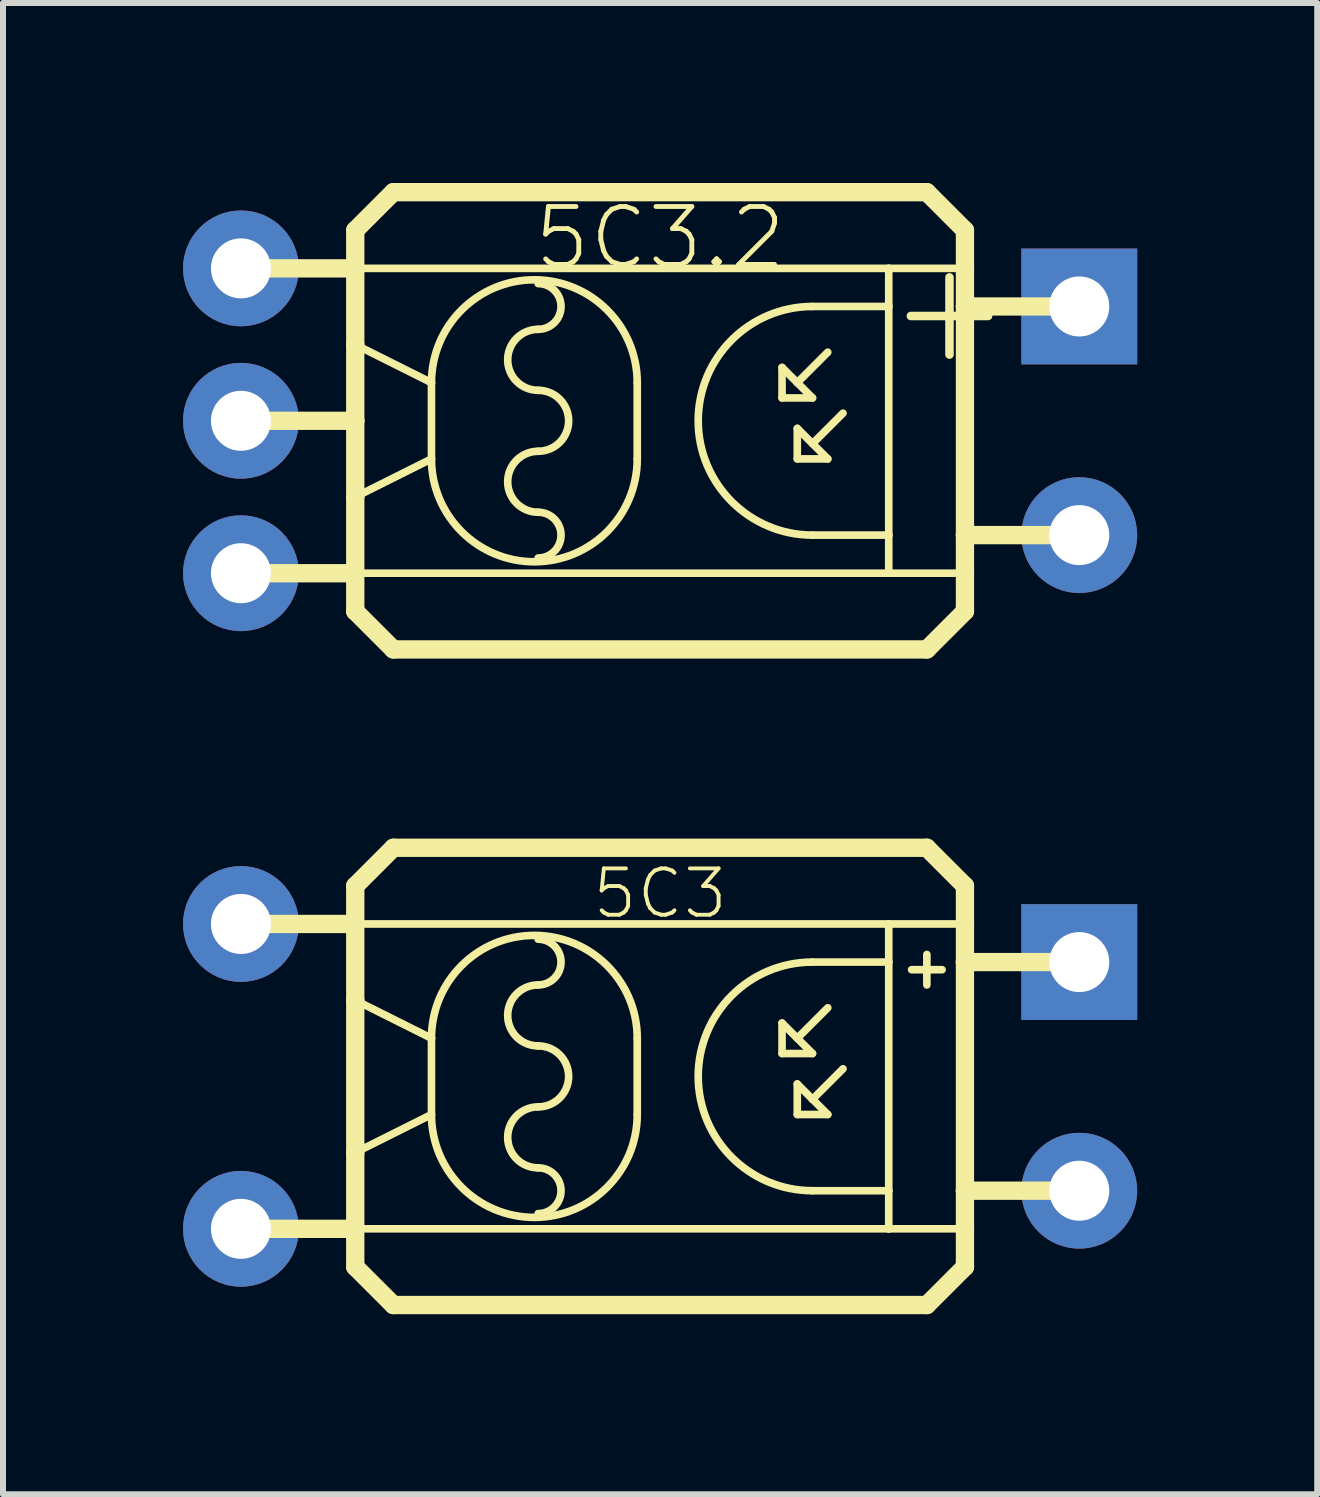
<source format=kicad_pcb>
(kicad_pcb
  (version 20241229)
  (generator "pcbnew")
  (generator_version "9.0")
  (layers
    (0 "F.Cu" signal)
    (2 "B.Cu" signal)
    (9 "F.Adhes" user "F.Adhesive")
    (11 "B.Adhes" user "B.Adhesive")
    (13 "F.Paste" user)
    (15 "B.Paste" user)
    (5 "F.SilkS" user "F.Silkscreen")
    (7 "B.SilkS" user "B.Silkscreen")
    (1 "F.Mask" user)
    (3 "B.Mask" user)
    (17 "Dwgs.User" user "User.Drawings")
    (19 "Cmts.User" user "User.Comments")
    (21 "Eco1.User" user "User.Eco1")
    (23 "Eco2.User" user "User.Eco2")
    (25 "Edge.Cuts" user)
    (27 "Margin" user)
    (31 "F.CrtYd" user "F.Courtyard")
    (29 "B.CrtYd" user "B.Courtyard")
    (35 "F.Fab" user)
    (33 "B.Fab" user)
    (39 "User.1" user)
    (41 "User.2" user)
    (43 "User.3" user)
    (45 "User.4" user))
  (footprint "5C3"
    (layer "F.Cu")
    (at 7.95 14.887)
    (property "Reference" "5C3" (at 0 -3.048 0) (layer "F.SilkS") (effects (font (size 0.772 0.772) (thickness 0.065))))
    (attr through_hole)
    (fp_line (start -6.985 -2.54) (end -5.08 -2.54) (stroke (width 0.305) (type solid)) (layer "F.SilkS"))
    (fp_line (start -6.985 2.54) (end -5.08 2.54) (stroke (width 0.305) (type solid)) (layer "F.SilkS"))
    (fp_line (start -5.08 -3.175) (end -4.445 -3.81) (stroke (width 0.305) (type solid)) (layer "F.SilkS"))
    (fp_line (start -5.08 -2.54) (end -5.08 -3.175) (stroke (width 0.305) (type solid)) (layer "F.SilkS"))
    (fp_line (start -5.08 -2.54) (end 3.81 -2.54) (stroke (width 0.127) (type solid)) (layer "F.SilkS"))
    (fp_line (start -5.08 -1.27) (end -5.08 -2.54) (stroke (width 0.305) (type solid)) (layer "F.SilkS"))
    (fp_line (start -5.08 -1.27) (end -3.81 -0.635) (stroke (width 0.127) (type solid)) (layer "F.SilkS"))
    (fp_line (start -5.08 1.27) (end -5.08 -1.27) (stroke (width 0.305) (type solid)) (layer "F.SilkS"))
    (fp_line (start -5.08 1.27) (end -3.81 0.635) (stroke (width 0.127) (type solid)) (layer "F.SilkS"))
    (fp_line (start -5.08 2.54) (end -5.08 1.27) (stroke (width 0.305) (type solid)) (layer "F.SilkS"))
    (fp_line (start -5.08 2.54) (end 3.81 2.54) (stroke (width 0.127) (type solid)) (layer "F.SilkS"))
    (fp_line (start -5.08 3.175) (end -5.08 2.54) (stroke (width 0.305) (type solid)) (layer "F.SilkS"))
    (fp_line (start -4.445 -3.81) (end 4.445 -3.81) (stroke (width 0.305) (type solid)) (layer "F.SilkS"))
    (fp_line (start -4.445 3.81) (end -5.08 3.175) (stroke (width 0.305) (type solid)) (layer "F.SilkS"))
    (fp_line (start -3.81 -0.635) (end -3.81 0.635) (stroke (width 0.127) (type solid)) (layer "F.SilkS"))
    (fp_line (start -0.381 -0.635) (end -0.381 0.635) (stroke (width 0.127) (type solid)) (layer "F.SilkS"))
    (fp_line (start 2.032 -0.889) (end 2.032 -0.381) (stroke (width 0.127) (type solid)) (layer "F.SilkS"))
    (fp_line (start 2.032 -0.381) (end 2.54 -0.381) (stroke (width 0.127) (type solid)) (layer "F.SilkS"))
    (fp_line (start 2.286 -0.635) (end 2.032 -0.889) (stroke (width 0.127) (type solid)) (layer "F.SilkS"))
    (fp_line (start 2.286 0.127) (end 2.286 0.635) (stroke (width 0.127) (type solid)) (layer "F.SilkS"))
    (fp_line (start 2.286 0.635) (end 2.794 0.635) (stroke (width 0.127) (type solid)) (layer "F.SilkS"))
    (fp_line (start 2.54 -1.905) (end 3.81 -1.905) (stroke (width 0.127) (type solid)) (layer "F.SilkS"))
    (fp_line (start 2.54 -0.381) (end 2.286 -0.635) (stroke (width 0.127) (type solid)) (layer "F.SilkS"))
    (fp_line (start 2.54 0.381) (end 2.286 0.127) (stroke (width 0.127) (type solid)) (layer "F.SilkS"))
    (fp_line (start 2.54 1.905) (end 3.81 1.905) (stroke (width 0.127) (type solid)) (layer "F.SilkS"))
    (fp_line (start 2.794 -1.143) (end 2.286 -0.635) (stroke (width 0.127) (type solid)) (layer "F.SilkS"))
    (fp_line (start 2.794 0.635) (end 2.54 0.381) (stroke (width 0.127) (type solid)) (layer "F.SilkS"))
    (fp_line (start 3.048 -0.127) (end 2.54 0.381) (stroke (width 0.127) (type solid)) (layer "F.SilkS"))
    (fp_line (start 3.81 -2.54) (end 5.08 -2.54) (stroke (width 0.127) (type solid)) (layer "F.SilkS"))
    (fp_line (start 3.81 -1.905) (end 3.81 -2.54) (stroke (width 0.127) (type solid)) (layer "F.SilkS"))
    (fp_line (start 3.81 -1.905) (end 3.81 1.905) (stroke (width 0.127) (type solid)) (layer "F.SilkS"))
    (fp_line (start 3.81 1.905) (end 3.81 2.54) (stroke (width 0.127) (type solid)) (layer "F.SilkS"))
    (fp_line (start 3.81 2.54) (end 5.08 2.54) (stroke (width 0.127) (type solid)) (layer "F.SilkS"))
    (fp_line (start 4.191 -1.778) (end 4.699 -1.778) (stroke (width 0.127) (type solid)) (layer "F.SilkS"))
    (fp_line (start 4.445 -3.81) (end 5.08 -3.175) (stroke (width 0.305) (type solid)) (layer "F.SilkS"))
    (fp_line (start 4.445 -2.032) (end 4.445 -1.524) (stroke (width 0.127) (type solid)) (layer "F.SilkS"))
    (fp_line (start 4.445 3.81) (end -4.445 3.81) (stroke (width 0.305) (type solid)) (layer "F.SilkS"))
    (fp_line (start 5.08 -3.175) (end 5.08 -2.54) (stroke (width 0.305) (type solid)) (layer "F.SilkS"))
    (fp_line (start 5.08 -2.54) (end 5.08 -1.905) (stroke (width 0.305) (type solid)) (layer "F.SilkS"))
    (fp_line (start 5.08 -1.905) (end 5.08 1.905) (stroke (width 0.305) (type solid)) (layer "F.SilkS"))
    (fp_line (start 5.08 1.905) (end 5.08 2.54) (stroke (width 0.305) (type solid)) (layer "F.SilkS"))
    (fp_line (start 5.08 2.54) (end 5.08 3.175) (stroke (width 0.305) (type solid)) (layer "F.SilkS"))
    (fp_line (start 5.08 3.175) (end 4.445 3.81) (stroke (width 0.305) (type solid)) (layer "F.SilkS"))
    (fp_line (start 6.985 -1.905) (end 5.08 -1.905) (stroke (width 0.305) (type solid)) (layer "F.SilkS"))
    (fp_line (start 6.985 1.905) (end 5.08 1.905) (stroke (width 0.305) (type solid)) (layer "F.SilkS"))
    (fp_arc (start -3.81 -0.635) (mid -2.095499 -2.349499) (end -0.381 -0.634998) (stroke (width 0.127) (type solid)) (layer "F.SilkS"))
    (fp_arc (start -2.032 -2.286) (mid -1.651 -1.905) (end -2.032 -1.524) (stroke (width 0.127) (type solid)) (layer "F.SilkS"))
    (fp_arc (start -2.032 -0.508) (mid -2.54 -1.016) (end -2.032 -1.524) (stroke (width 0.127) (type solid)) (layer "F.SilkS"))
    (fp_arc (start -2.032 -0.508) (mid -1.524 0) (end -2.032 0.508) (stroke (width 0.127) (type solid)) (layer "F.SilkS"))
    (fp_arc (start -2.032 1.524) (mid -2.54 1.016) (end -2.032 0.508) (stroke (width 0.127) (type solid)) (layer "F.SilkS"))
    (fp_arc (start -2.032 1.524) (mid -1.651 1.905) (end -2.032 2.286) (stroke (width 0.127) (type solid)) (layer "F.SilkS"))
    (fp_arc (start -0.381 0.635) (mid -2.095501 2.349499) (end -3.81 0.634998) (stroke (width 0.127) (type solid)) (layer "F.SilkS"))
    (fp_arc (start 2.54 1.905) (mid 0.635 0) (end 2.54 -1.905) (stroke (width 0.127) (type solid)) (layer "F.SilkS"))
    (pad "1" thru_hole oval (at 6.985 1.905) (size 1.93 1.93) (drill 1) (layers "*.Cu" "*.Mask"))
    (pad "2" thru_hole rect (at 6.985 -1.905) (size 1.93 1.93) (drill 1) (layers "*.Cu" "*.Mask"))
    (pad "3" thru_hole oval (at -6.985 -2.54) (size 1.93 1.93) (drill 1) (layers "*.Cu" "*.Mask"))
    (pad "4" thru_hole oval (at -6.985 2.54) (size 1.93 1.93) (drill 1) (layers "*.Cu" "*.Mask")))
  (footprint "5C3.2"
    (layer "F.Cu")
    (at 7.95 3.962)
    (property "Reference" "5C3.2" (at 0 -3.048 0) (layer "F.SilkS") (effects (font (size 0.965 0.965) (thickness 0.081))))
    (attr through_hole)
    (fp_line (start -6.985 -2.54) (end -5.08 -2.54) (stroke (width 0.305) (type solid)) (layer "F.SilkS"))
    (fp_line (start -6.985 0) (end -5.08 0) (stroke (width 0.305) (type solid)) (layer "F.SilkS"))
    (fp_line (start -6.985 2.54) (end -5.08 2.54) (stroke (width 0.305) (type solid)) (layer "F.SilkS"))
    (fp_line (start -5.08 -3.175) (end -4.445 -3.81) (stroke (width 0.305) (type solid)) (layer "F.SilkS"))
    (fp_line (start -5.08 -2.54) (end -5.08 -3.175) (stroke (width 0.305) (type solid)) (layer "F.SilkS"))
    (fp_line (start -5.08 -2.54) (end 3.81 -2.54) (stroke (width 0.127) (type solid)) (layer "F.SilkS"))
    (fp_line (start -5.08 -1.27) (end -5.08 -2.54) (stroke (width 0.305) (type solid)) (layer "F.SilkS"))
    (fp_line (start -5.08 -1.27) (end -3.81 -0.635) (stroke (width 0.127) (type solid)) (layer "F.SilkS"))
    (fp_line (start -5.08 0) (end -5.08 -1.27) (stroke (width 0.305) (type solid)) (layer "F.SilkS"))
    (fp_line (start -5.08 1.27) (end -5.08 0) (stroke (width 0.305) (type solid)) (layer "F.SilkS"))
    (fp_line (start -5.08 1.27) (end -3.81 0.635) (stroke (width 0.127) (type solid)) (layer "F.SilkS"))
    (fp_line (start -5.08 2.54) (end -5.08 1.27) (stroke (width 0.305) (type solid)) (layer "F.SilkS"))
    (fp_line (start -5.08 2.54) (end 3.81 2.54) (stroke (width 0.127) (type solid)) (layer "F.SilkS"))
    (fp_line (start -5.08 3.175) (end -5.08 2.54) (stroke (width 0.305) (type solid)) (layer "F.SilkS"))
    (fp_line (start -4.445 -3.81) (end 4.445 -3.81) (stroke (width 0.305) (type solid)) (layer "F.SilkS"))
    (fp_line (start -4.445 3.81) (end -5.08 3.175) (stroke (width 0.305) (type solid)) (layer "F.SilkS"))
    (fp_line (start -3.81 -0.635) (end -3.81 0.635) (stroke (width 0.127) (type solid)) (layer "F.SilkS"))
    (fp_line (start -0.381 -0.635) (end -0.381 0.635) (stroke (width 0.127) (type solid)) (layer "F.SilkS"))
    (fp_line (start 2.032 -0.889) (end 2.032 -0.381) (stroke (width 0.127) (type solid)) (layer "F.SilkS"))
    (fp_line (start 2.032 -0.381) (end 2.54 -0.381) (stroke (width 0.127) (type solid)) (layer "F.SilkS"))
    (fp_line (start 2.286 -0.635) (end 2.032 -0.889) (stroke (width 0.127) (type solid)) (layer "F.SilkS"))
    (fp_line (start 2.286 0.127) (end 2.286 0.635) (stroke (width 0.127) (type solid)) (layer "F.SilkS"))
    (fp_line (start 2.286 0.635) (end 2.794 0.635) (stroke (width 0.127) (type solid)) (layer "F.SilkS"))
    (fp_line (start 2.54 -1.905) (end 3.81 -1.905) (stroke (width 0.127) (type solid)) (layer "F.SilkS"))
    (fp_line (start 2.54 -0.381) (end 2.286 -0.635) (stroke (width 0.127) (type solid)) (layer "F.SilkS"))
    (fp_line (start 2.54 0.381) (end 2.286 0.127) (stroke (width 0.127) (type solid)) (layer "F.SilkS"))
    (fp_line (start 2.54 1.905) (end 3.81 1.905) (stroke (width 0.127) (type solid)) (layer "F.SilkS"))
    (fp_line (start 2.794 -1.143) (end 2.286 -0.635) (stroke (width 0.127) (type solid)) (layer "F.SilkS"))
    (fp_line (start 2.794 0.635) (end 2.54 0.381) (stroke (width 0.127) (type solid)) (layer "F.SilkS"))
    (fp_line (start 3.048 -0.127) (end 2.54 0.381) (stroke (width 0.127) (type solid)) (layer "F.SilkS"))
    (fp_line (start 3.81 -2.54) (end 5.08 -2.54) (stroke (width 0.127) (type solid)) (layer "F.SilkS"))
    (fp_line (start 3.81 -1.905) (end 3.81 -2.54) (stroke (width 0.127) (type solid)) (layer "F.SilkS"))
    (fp_line (start 3.81 -1.905) (end 3.81 1.905) (stroke (width 0.127) (type solid)) (layer "F.SilkS"))
    (fp_line (start 3.81 1.905) (end 3.81 2.54) (stroke (width 0.127) (type solid)) (layer "F.SilkS"))
    (fp_line (start 3.81 2.54) (end 5.08 2.54) (stroke (width 0.127) (type solid)) (layer "F.SilkS"))
    (fp_line (start 4.445 -3.81) (end 5.08 -3.175) (stroke (width 0.305) (type solid)) (layer "F.SilkS"))
    (fp_line (start 4.445 3.81) (end -4.445 3.81) (stroke (width 0.305) (type solid)) (layer "F.SilkS"))
    (fp_line (start 5.08 -3.175) (end 5.08 -2.54) (stroke (width 0.305) (type solid)) (layer "F.SilkS"))
    (fp_line (start 5.08 -2.54) (end 5.08 -1.905) (stroke (width 0.305) (type solid)) (layer "F.SilkS"))
    (fp_line (start 5.08 -1.905) (end 5.08 1.905) (stroke (width 0.305) (type solid)) (layer "F.SilkS"))
    (fp_line (start 5.08 1.905) (end 5.08 2.54) (stroke (width 0.305) (type solid)) (layer "F.SilkS"))
    (fp_line (start 5.08 2.54) (end 5.08 3.175) (stroke (width 0.305) (type solid)) (layer "F.SilkS"))
    (fp_line (start 5.08 3.175) (end 4.445 3.81) (stroke (width 0.305) (type solid)) (layer "F.SilkS"))
    (fp_line (start 6.985 -1.905) (end 5.08 -1.905) (stroke (width 0.305) (type solid)) (layer "F.SilkS"))
    (fp_line (start 6.985 1.905) (end 5.08 1.905) (stroke (width 0.305) (type solid)) (layer "F.SilkS"))
    (fp_arc (start -3.81 -0.635) (mid -2.095499 -2.349499) (end -0.381 -0.634998) (stroke (width 0.127) (type solid)) (layer "F.SilkS"))
    (fp_arc (start -2.032 -2.286) (mid -1.651 -1.905) (end -2.032 -1.524) (stroke (width 0.127) (type solid)) (layer "F.SilkS"))
    (fp_arc (start -2.032 -0.508) (mid -2.54 -1.016) (end -2.032 -1.524) (stroke (width 0.127) (type solid)) (layer "F.SilkS"))
    (fp_arc (start -2.032 -0.508) (mid -1.524 0) (end -2.032 0.508) (stroke (width 0.127) (type solid)) (layer "F.SilkS"))
    (fp_arc (start -2.032 1.524) (mid -2.54 1.016) (end -2.032 0.508) (stroke (width 0.127) (type solid)) (layer "F.SilkS"))
    (fp_arc (start -2.032 1.524) (mid -1.651 1.905) (end -2.032 2.286) (stroke (width 0.127) (type solid)) (layer "F.SilkS"))
    (fp_arc (start -0.381 0.635) (mid -2.095501 2.349499) (end -3.81 0.634998) (stroke (width 0.127) (type solid)) (layer "F.SilkS"))
    (fp_arc (start 2.54 1.905) (mid 0.635 0) (end 2.54 -1.905) (stroke (width 0.127) (type solid)) (layer "F.SilkS"))
    (fp_text user "+" (at 3.683 -0.889 0) (layer "F.SilkS") (effects (font (size 1.689 1.689) (thickness 0.142)) (justify left bottom)))
    (pad "1" thru_hole oval (at -6.985 -2.54) (size 1.93 1.93) (drill 1) (layers "*.Cu" "*.Mask"))
    (pad "2" thru_hole oval (at -6.985 0) (size 1.93 1.93) (drill 1) (layers "*.Cu" "*.Mask"))
    (pad "3" thru_hole oval (at -6.985 2.54) (size 1.93 1.93) (drill 1) (layers "*.Cu" "*.Mask"))
    (pad "L+" thru_hole rect (at 6.985 -1.905) (size 1.93 1.93) (drill 1) (layers "*.Cu" "*.Mask"))
    (pad "L-" thru_hole oval (at 6.985 1.905) (size 1.93 1.93) (drill 1) (layers "*.Cu" "*.Mask")))
  (gr_rect
    (start -3 -3)
    (end 18.9 21.85)
    (stroke (width 0.1) (type default))
    (fill no)
    (layer "Edge.Cuts")))
</source>
